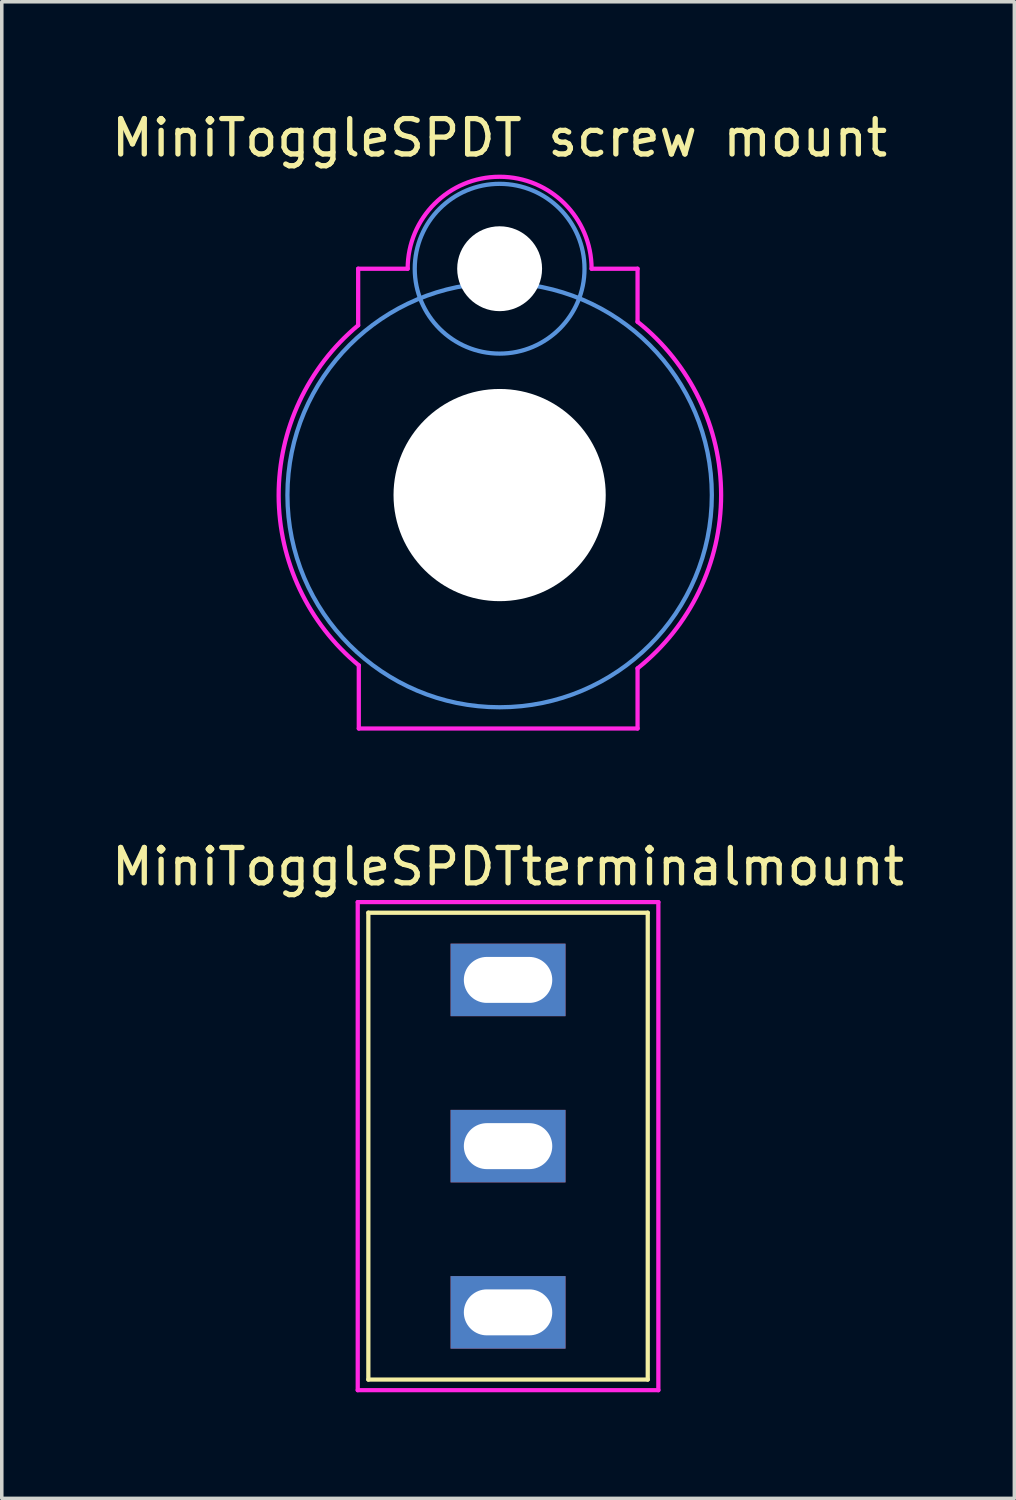
<source format=kicad_pcb>
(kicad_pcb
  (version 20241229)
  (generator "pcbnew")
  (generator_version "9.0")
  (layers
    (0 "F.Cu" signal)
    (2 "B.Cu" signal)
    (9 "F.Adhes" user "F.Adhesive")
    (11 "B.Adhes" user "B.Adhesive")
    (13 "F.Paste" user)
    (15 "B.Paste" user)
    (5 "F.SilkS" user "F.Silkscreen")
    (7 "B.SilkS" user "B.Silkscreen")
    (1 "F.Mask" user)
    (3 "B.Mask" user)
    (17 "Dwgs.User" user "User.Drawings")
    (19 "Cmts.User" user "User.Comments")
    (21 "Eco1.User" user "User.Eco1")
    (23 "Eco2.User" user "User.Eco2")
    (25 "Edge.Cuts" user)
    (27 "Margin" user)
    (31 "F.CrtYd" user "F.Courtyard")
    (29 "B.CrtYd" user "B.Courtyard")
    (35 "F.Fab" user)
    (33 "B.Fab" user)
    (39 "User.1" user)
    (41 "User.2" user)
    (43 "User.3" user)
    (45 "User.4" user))
  (footprint "MiniToggleSPDT screw mount"
    (layer "F.Cu")
    (at 11.077 10.948)
    (property "Reference" "MiniToggleSPDT screw mount" (at 0 -10.1 0) (layer "F.SilkS") (effects (font (size 1 1) (thickness 0.15))))
    (attr through_hole)
    (fp_circle (center 0 -6.4) (end 0 -4) (stroke (width 0.12) (type solid)) (fill no) (layer "Cmts.User"))
    (fp_circle (center 0 0) (end 0 6) (stroke (width 0.12) (type solid)) (fill no) (layer "Cmts.User"))
    (fp_line (start -4 -6.4) (end -4 -4.8) (stroke (width 0.12) (type solid)) (layer "F.CrtYd"))
    (fp_line (start -4 -6.4) (end -2.6 -6.4) (stroke (width 0.12) (type solid)) (layer "F.CrtYd"))
    (fp_line (start -3.982 4.815) (end -3.982 6.6) (stroke (width 0.12) (type solid)) (layer "F.CrtYd"))
    (fp_line (start -3.982 6.6) (end 3.9 6.6) (stroke (width 0.12) (type solid)) (layer "F.CrtYd"))
    (fp_line (start 2.6 -6.4) (end 3.9 -6.4) (stroke (width 0.12) (type solid)) (layer "F.CrtYd"))
    (fp_line (start 3.9 4.9) (end 3.9 6.6) (stroke (width 0.12) (type solid)) (layer "F.CrtYd"))
    (fp_line (start 3.9 -6.4) (end 3.9 -4.9) (stroke (width 0.12) (type solid)) (layer "F.CrtYd"))
    (fp_arc (start -3.981754 4.815144) (mid -6.248187 0.011856) (end -3.999999 -4.799999) (stroke (width 0.12) (type solid)) (layer "F.CrtYd"))
    (fp_arc (start -2.6 -6.4) (mid 0 -9) (end 2.6 -6.4) (stroke (width 0.12) (type solid)) (layer "F.CrtYd"))
    (fp_arc (start 3.899999 -4.899999) (mid 6.262586 0) (end 3.899999 4.899999) (stroke (width 0.12) (type solid)) (layer "F.CrtYd"))
    (pad "" np_thru_hole circle (at 0 -6.4) (size 2.4 2.4) (drill 2.4) (layers "*.Cu" "*.Mask"))
    (pad "" np_thru_hole circle (at 0 0) (size 6 6) (drill 6) (layers "*.Cu" "*.Mask")))
  (footprint "MiniToggleSPDTterminalmount"
    (layer "F.Cu")
    (at 11.315 29.357)
    (property "Reference" "MiniToggleSPDTterminalmount" (at 0 -7.9 0) (layer "F.SilkS") (effects (font (size 1 1) (thickness 0.15))))
    (attr through_hole)
    (fp_line (start -3.95 -6.6) (end -3.95 6.6) (stroke (width 0.12) (type solid)) (layer "F.SilkS"))
    (fp_line (start -3.95 6.6) (end 3.95 6.6) (stroke (width 0.12) (type solid)) (layer "F.SilkS"))
    (fp_line (start 3.95 -6.6) (end -3.95 -6.6) (stroke (width 0.12) (type solid)) (layer "F.SilkS"))
    (fp_line (start 3.95 6.6) (end 3.95 -6.6) (stroke (width 0.12) (type solid)) (layer "F.SilkS"))
    (fp_line (start -4.25 -6.9) (end -4.25 6.9) (stroke (width 0.12) (type solid)) (layer "F.CrtYd"))
    (fp_line (start -4.25 6.9) (end 4.25 6.9) (stroke (width 0.12) (type solid)) (layer "F.CrtYd"))
    (fp_line (start 4.25 -6.9) (end -4.25 -6.9) (stroke (width 0.12) (type solid)) (layer "F.CrtYd"))
    (fp_line (start 4.25 6.9) (end 4.25 -6.9) (stroke (width 0.12) (type solid)) (layer "F.CrtYd"))
    (pad "1" thru_hole rect (at 0 -4.7) (size 3.25 2.05) (drill oval 2.5 1.3) (layers "*.Cu" "*.Mask"))
    (pad "2" thru_hole rect (at 0 0) (size 3.25 2.05) (drill oval 2.5 1.3) (layers "*.Cu" "*.Mask"))
    (pad "3" thru_hole rect (at 0 4.7) (size 3.25 2.05) (drill oval 2.5 1.3) (layers "*.Cu" "*.Mask")))
  (gr_rect
    (start -3 -3)
    (end 25.631 39.316)
    (stroke (width 0.1) (type default))
    (fill no)
    (layer "Edge.Cuts")))
</source>
